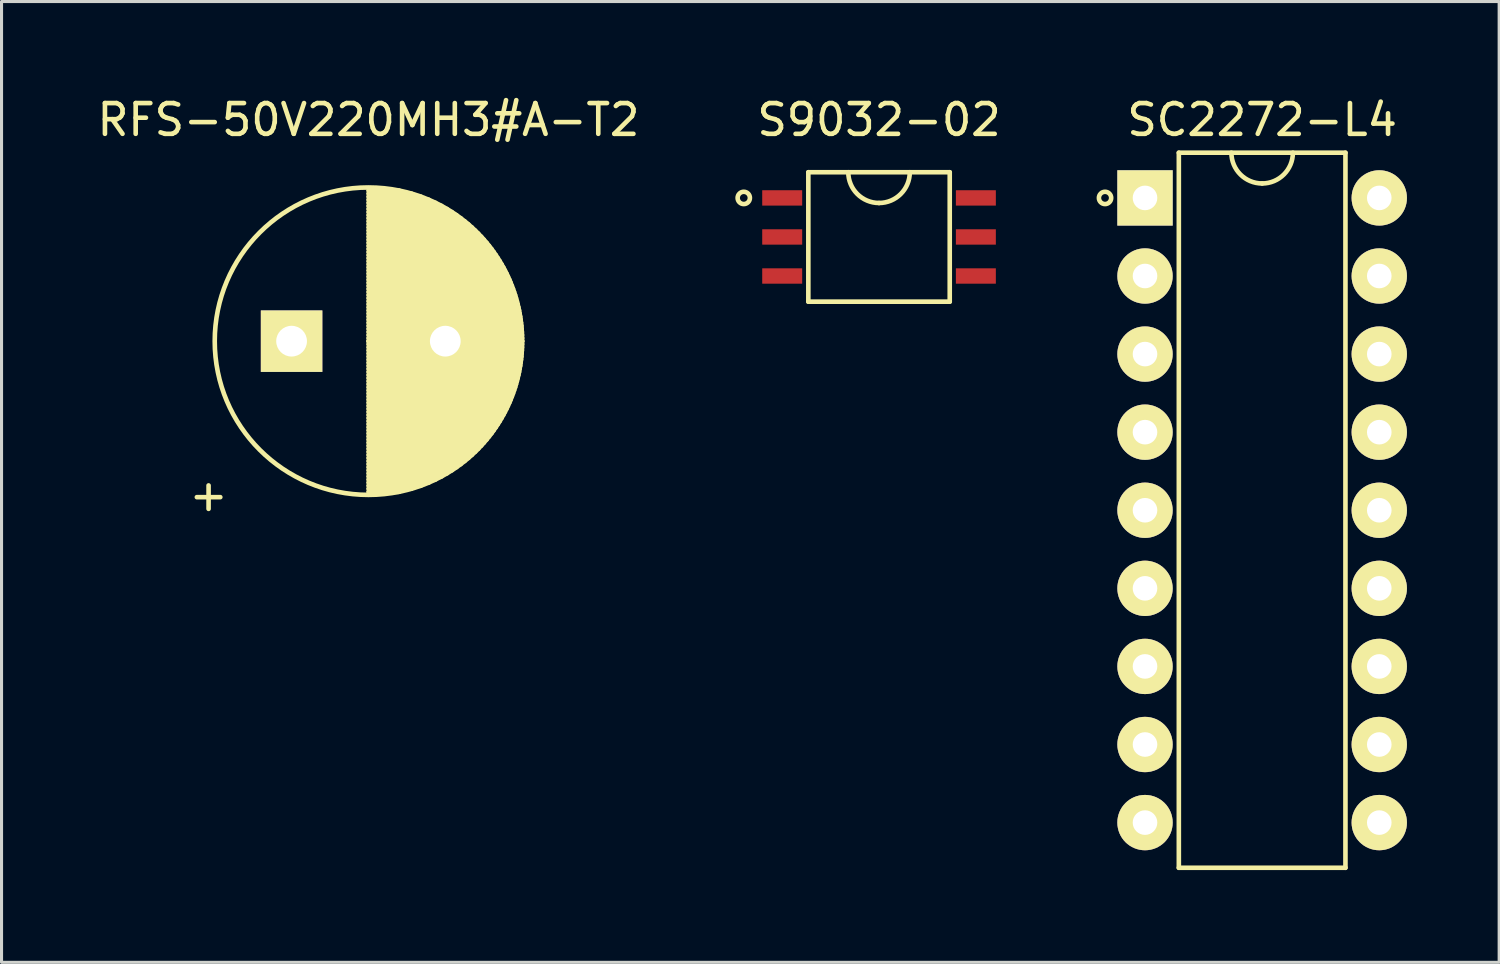
<source format=kicad_pcb>
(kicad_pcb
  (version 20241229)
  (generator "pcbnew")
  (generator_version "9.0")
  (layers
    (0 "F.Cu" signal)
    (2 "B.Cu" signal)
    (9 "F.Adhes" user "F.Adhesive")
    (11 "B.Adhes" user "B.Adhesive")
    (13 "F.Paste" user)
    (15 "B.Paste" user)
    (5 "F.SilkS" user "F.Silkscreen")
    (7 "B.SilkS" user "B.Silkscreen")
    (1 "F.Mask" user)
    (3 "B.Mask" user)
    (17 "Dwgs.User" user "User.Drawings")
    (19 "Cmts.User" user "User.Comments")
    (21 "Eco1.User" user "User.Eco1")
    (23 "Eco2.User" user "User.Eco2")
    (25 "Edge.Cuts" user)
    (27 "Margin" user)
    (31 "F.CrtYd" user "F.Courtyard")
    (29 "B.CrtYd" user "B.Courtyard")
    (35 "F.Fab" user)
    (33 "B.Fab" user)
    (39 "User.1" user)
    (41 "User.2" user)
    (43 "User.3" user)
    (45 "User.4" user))
  (footprint "S9032-02"
    (layer "F.Cu")
    (at 22.394 3.388)
    (property "Reference" "S9032-02" (at 3.15 -2.54 0) (layer "F.SilkS") (effects (font (size 1 1) (thickness 0.15))))
    (attr through_hole)
    (fp_line (start 0.85 -0.835) (end 5.45 -0.835) (stroke (width 0.15) (type solid)) (layer "F.SilkS"))
    (fp_line (start 0.85 3.375) (end 0.85 -0.835) (stroke (width 0.15) (type solid)) (layer "F.SilkS"))
    (fp_line (start 5.45 -0.835) (end 5.45 3.375) (stroke (width 0.15) (type solid)) (layer "F.SilkS"))
    (fp_line (start 5.45 3.375) (end 0.85 3.375) (stroke (width 0.15) (type solid)) (layer "F.SilkS"))
    (fp_arc (start 3.15 0.165) (mid 2.442893 -0.127893) (end 2.15 -0.835) (stroke (width 0.15) (type solid)) (layer "F.SilkS"))
    (fp_arc (start 4.15 -0.835) (mid 3.857107 -0.127893) (end 3.15 0.165) (stroke (width 0.15) (type solid)) (layer "F.SilkS"))
    (fp_circle (center -1.25 0) (end -1.25 0.2) (stroke (width 0.15) (type solid)) (fill no) (layer "F.SilkS"))
    (pad "1" smd rect (at 0 0) (size 1.3 0.5) (layers "F.Cu" "F.Mask" "F.Paste"))
    (pad "2" smd rect (at 0 1.27) (size 1.3 0.5) (layers "F.Cu" "F.Mask" "F.Paste"))
    (pad "3" smd rect (at 0 2.54) (size 1.3 0.5) (layers "F.Cu" "F.Mask" "F.Paste"))
    (pad "4" smd rect (at 6.3 2.54) (size 1.3 0.5) (layers "F.Cu" "F.Mask" "F.Paste"))
    (pad "5" smd rect (at 6.3 1.27) (size 1.3 0.5) (layers "F.Cu" "F.Mask" "F.Paste"))
    (pad "6" smd rect (at 6.3 0) (size 1.3 0.5) (layers "F.Cu" "F.Mask" "F.Paste")))
  (footprint "SC2272-L4"
    (layer "F.Cu")
    (at 34.196 3.388)
    (property "Reference" "SC2272-L4" (at 3.81 -2.54 0) (layer "F.SilkS") (effects (font (size 1 1) (thickness 0.15))))
    (attr through_hole)
    (fp_line (start 1.1 -1.47) (end 6.52 -1.47) (stroke (width 0.15) (type solid)) (layer "F.SilkS"))
    (fp_line (start 1.1 21.79) (end 1.1 -1.47) (stroke (width 0.15) (type solid)) (layer "F.SilkS"))
    (fp_line (start 6.52 -1.47) (end 6.52 21.79) (stroke (width 0.15) (type solid)) (layer "F.SilkS"))
    (fp_line (start 6.52 21.79) (end 1.1 21.79) (stroke (width 0.15) (type solid)) (layer "F.SilkS"))
    (fp_arc (start 3.81 -0.47) (mid 3.102893 -0.762893) (end 2.81 -1.47) (stroke (width 0.15) (type solid)) (layer "F.SilkS"))
    (fp_arc (start 4.81 -1.47) (mid 4.517107 -0.762893) (end 3.81 -0.47) (stroke (width 0.15) (type solid)) (layer "F.SilkS"))
    (fp_circle (center -1.3 0) (end -1.3 0.2) (stroke (width 0.15) (type solid)) (fill no) (layer "F.SilkS"))
    (pad "1" thru_hole rect (at 0 0) (size 1.8 1.8) (drill 0.8) (layers "*.Cu" "*.Mask" "F.SilkS"))
    (pad "2" thru_hole circle (at 0 2.54) (size 1.8 1.8) (drill 0.8) (layers "*.Cu" "*.Mask" "F.SilkS"))
    (pad "3" thru_hole circle (at 0 5.08) (size 1.8 1.8) (drill 0.8) (layers "*.Cu" "*.Mask" "F.SilkS"))
    (pad "4" thru_hole circle (at 0 7.62) (size 1.8 1.8) (drill 0.8) (layers "*.Cu" "*.Mask" "F.SilkS"))
    (pad "5" thru_hole circle (at 0 10.16) (size 1.8 1.8) (drill 0.8) (layers "*.Cu" "*.Mask" "F.SilkS"))
    (pad "6" thru_hole circle (at 0 12.7) (size 1.8 1.8) (drill 0.8) (layers "*.Cu" "*.Mask" "F.SilkS"))
    (pad "7" thru_hole circle (at 0 15.24) (size 1.8 1.8) (drill 0.8) (layers "*.Cu" "*.Mask" "F.SilkS"))
    (pad "8" thru_hole circle (at 0 17.78) (size 1.8 1.8) (drill 0.8) (layers "*.Cu" "*.Mask" "F.SilkS"))
    (pad "9" thru_hole circle (at 0 20.32) (size 1.8 1.8) (drill 0.8) (layers "*.Cu" "*.Mask" "F.SilkS"))
    (pad "10" thru_hole circle (at 7.62 20.32) (size 1.8 1.8) (drill 0.8) (layers "*.Cu" "*.Mask" "F.SilkS"))
    (pad "11" thru_hole circle (at 7.62 17.78) (size 1.8 1.8) (drill 0.8) (layers "*.Cu" "*.Mask" "F.SilkS"))
    (pad "12" thru_hole circle (at 7.62 15.24) (size 1.8 1.8) (drill 0.8) (layers "*.Cu" "*.Mask" "F.SilkS"))
    (pad "13" thru_hole circle (at 7.62 12.7) (size 1.8 1.8) (drill 0.8) (layers "*.Cu" "*.Mask" "F.SilkS"))
    (pad "14" thru_hole circle (at 7.62 10.16) (size 1.8 1.8) (drill 0.8) (layers "*.Cu" "*.Mask" "F.SilkS"))
    (pad "15" thru_hole circle (at 7.62 7.62) (size 1.8 1.8) (drill 0.8) (layers "*.Cu" "*.Mask" "F.SilkS"))
    (pad "16" thru_hole circle (at 7.62 5.08) (size 1.8 1.8) (drill 0.8) (layers "*.Cu" "*.Mask" "F.SilkS"))
    (pad "17" thru_hole circle (at 7.62 2.54) (size 1.8 1.8) (drill 0.8) (layers "*.Cu" "*.Mask" "F.SilkS"))
    (pad "18" thru_hole circle (at 7.62 0) (size 1.8 1.8) (drill 0.8) (layers "*.Cu" "*.Mask" "F.SilkS")))
  (footprint "RFS-50V220MH3#A-T2"
    (layer "F.Cu")
    (at 6.435 8.048)
    (property "Reference" "RFS-50V220MH3#A-T2" (at 2.5 -7.2 0) (layer "F.SilkS") (effects (font (size 1 1) (thickness 0.15))))
    (attr through_hole)
    (fp_line (start 2.5 -4.9) (end 3.495 -4.9) (stroke (width 0.15) (type solid)) (layer "F.SilkS"))
    (fp_line (start 2.5 -4.8) (end 3.9 -4.8) (stroke (width 0.15) (type solid)) (layer "F.SilkS"))
    (fp_line (start 2.5 -4.7) (end 4.206 -4.7) (stroke (width 0.15) (type solid)) (layer "F.SilkS"))
    (fp_line (start 2.5 -4.6) (end 4.46 -4.6) (stroke (width 0.15) (type solid)) (layer "F.SilkS"))
    (fp_line (start 2.5 -4.5) (end 4.679 -4.5) (stroke (width 0.15) (type solid)) (layer "F.SilkS"))
    (fp_line (start 2.5 -4.4) (end 4.875 -4.4) (stroke (width 0.15) (type solid)) (layer "F.SilkS"))
    (fp_line (start 2.5 -4.3) (end 5.051 -4.3) (stroke (width 0.15) (type solid)) (layer "F.SilkS"))
    (fp_line (start 2.5 -4.2) (end 5.213 -4.2) (stroke (width 0.15) (type solid)) (layer "F.SilkS"))
    (fp_line (start 2.5 -4.1) (end 5.362 -4.1) (stroke (width 0.15) (type solid)) (layer "F.SilkS"))
    (fp_line (start 2.5 -4) (end 5.5 -4) (stroke (width 0.15) (type solid)) (layer "F.SilkS"))
    (fp_line (start 2.5 -3.9) (end 5.629 -3.9) (stroke (width 0.15) (type solid)) (layer "F.SilkS"))
    (fp_line (start 2.5 -3.8) (end 5.75 -3.8) (stroke (width 0.15) (type solid)) (layer "F.SilkS"))
    (fp_line (start 2.5 -3.7) (end 5.863 -3.7) (stroke (width 0.15) (type solid)) (layer "F.SilkS"))
    (fp_line (start 2.5 -3.6) (end 5.97 -3.6) (stroke (width 0.15) (type solid)) (layer "F.SilkS"))
    (fp_line (start 2.5 -3.5) (end 6.071 -3.5) (stroke (width 0.15) (type solid)) (layer "F.SilkS"))
    (fp_line (start 2.5 -3.4) (end 6.166 -3.4) (stroke (width 0.15) (type solid)) (layer "F.SilkS"))
    (fp_line (start 2.5 -3.3) (end 6.256 -3.3) (stroke (width 0.15) (type solid)) (layer "F.SilkS"))
    (fp_line (start 2.5 -3.2) (end 6.342 -3.2) (stroke (width 0.15) (type solid)) (layer "F.SilkS"))
    (fp_line (start 2.5 -3.1) (end 6.423 -3.1) (stroke (width 0.15) (type solid)) (layer "F.SilkS"))
    (fp_line (start 2.5 -3) (end 6.5 -3) (stroke (width 0.15) (type solid)) (layer "F.SilkS"))
    (fp_line (start 2.5 -2.9) (end 6.573 -2.9) (stroke (width 0.15) (type solid)) (layer "F.SilkS"))
    (fp_line (start 2.5 -2.8) (end 6.642 -2.8) (stroke (width 0.15) (type solid)) (layer "F.SilkS"))
    (fp_line (start 2.5 -2.7) (end 6.708 -2.7) (stroke (width 0.15) (type solid)) (layer "F.SilkS"))
    (fp_line (start 2.5 -2.6) (end 6.771 -2.6) (stroke (width 0.15) (type solid)) (layer "F.SilkS"))
    (fp_line (start 2.5 -2.5) (end 6.83 -2.5) (stroke (width 0.15) (type solid)) (layer "F.SilkS"))
    (fp_line (start 2.5 -2.4) (end 6.886 -2.4) (stroke (width 0.15) (type solid)) (layer "F.SilkS"))
    (fp_line (start 2.5 -2.3) (end 6.94 -2.3) (stroke (width 0.15) (type solid)) (layer "F.SilkS"))
    (fp_line (start 2.5 -2.2) (end 6.99 -2.2) (stroke (width 0.15) (type solid)) (layer "F.SilkS"))
    (fp_line (start 2.5 -2.1) (end 7.038 -2.1) (stroke (width 0.15) (type solid)) (layer "F.SilkS"))
    (fp_line (start 2.5 -2) (end 7.083 -2) (stroke (width 0.15) (type solid)) (layer "F.SilkS"))
    (fp_line (start 2.5 -1.9) (end 7.125 -1.9) (stroke (width 0.15) (type solid)) (layer "F.SilkS"))
    (fp_line (start 2.5 -1.8) (end 7.165 -1.8) (stroke (width 0.15) (type solid)) (layer "F.SilkS"))
    (fp_line (start 2.5 -1.7) (end 7.202 -1.7) (stroke (width 0.15) (type solid)) (layer "F.SilkS"))
    (fp_line (start 2.5 -1.6) (end 7.237 -1.6) (stroke (width 0.15) (type solid)) (layer "F.SilkS"))
    (fp_line (start 2.5 -1.5) (end 7.27 -1.5) (stroke (width 0.15) (type solid)) (layer "F.SilkS"))
    (fp_line (start 2.5 -1.4) (end 7.3 -1.4) (stroke (width 0.15) (type solid)) (layer "F.SilkS"))
    (fp_line (start 2.5 -1.3) (end 7.328 -1.3) (stroke (width 0.15) (type solid)) (layer "F.SilkS"))
    (fp_line (start 2.5 -1.2) (end 7.354 -1.2) (stroke (width 0.15) (type solid)) (layer "F.SilkS"))
    (fp_line (start 2.5 -1.1) (end 7.377 -1.1) (stroke (width 0.15) (type solid)) (layer "F.SilkS"))
    (fp_line (start 2.5 -1) (end 7.399 -1) (stroke (width 0.15) (type solid)) (layer "F.SilkS"))
    (fp_line (start 2.5 -0.9) (end 7.418 -0.9) (stroke (width 0.15) (type solid)) (layer "F.SilkS"))
    (fp_line (start 2.5 -0.8) (end 7.436 -0.8) (stroke (width 0.15) (type solid)) (layer "F.SilkS"))
    (fp_line (start 2.5 -0.7) (end 7.451 -0.7) (stroke (width 0.15) (type solid)) (layer "F.SilkS"))
    (fp_line (start 2.5 -0.6) (end 7.464 -0.6) (stroke (width 0.15) (type solid)) (layer "F.SilkS"))
    (fp_line (start 2.5 -0.5) (end 7.475 -0.5) (stroke (width 0.15) (type solid)) (layer "F.SilkS"))
    (fp_line (start 2.5 -0.4) (end 7.484 -0.4) (stroke (width 0.15) (type solid)) (layer "F.SilkS"))
    (fp_line (start 2.5 -0.3) (end 7.491 -0.3) (stroke (width 0.15) (type solid)) (layer "F.SilkS"))
    (fp_line (start 2.5 -0.2) (end 7.496 -0.2) (stroke (width 0.15) (type solid)) (layer "F.SilkS"))
    (fp_line (start 2.5 -0.1) (end 7.499 -0.1) (stroke (width 0.15) (type solid)) (layer "F.SilkS"))
    (fp_line (start 2.5 0) (end 7.5 0) (stroke (width 0.15) (type solid)) (layer "F.SilkS"))
    (fp_line (start 2.5 0) (end 7.5 0) (stroke (width 0.15) (type solid)) (layer "F.SilkS"))
    (fp_line (start 2.5 0.1) (end 7.499 0.1) (stroke (width 0.15) (type solid)) (layer "F.SilkS"))
    (fp_line (start 2.5 0.2) (end 7.496 0.2) (stroke (width 0.15) (type solid)) (layer "F.SilkS"))
    (fp_line (start 2.5 0.3) (end 7.491 0.3) (stroke (width 0.15) (type solid)) (layer "F.SilkS"))
    (fp_line (start 2.5 0.4) (end 7.484 0.4) (stroke (width 0.15) (type solid)) (layer "F.SilkS"))
    (fp_line (start 2.5 0.5) (end 7.475 0.5) (stroke (width 0.15) (type solid)) (layer "F.SilkS"))
    (fp_line (start 2.5 0.6) (end 7.464 0.6) (stroke (width 0.15) (type solid)) (layer "F.SilkS"))
    (fp_line (start 2.5 0.7) (end 7.451 0.7) (stroke (width 0.15) (type solid)) (layer "F.SilkS"))
    (fp_line (start 2.5 0.8) (end 7.436 0.8) (stroke (width 0.15) (type solid)) (layer "F.SilkS"))
    (fp_line (start 2.5 0.9) (end 7.418 0.9) (stroke (width 0.15) (type solid)) (layer "F.SilkS"))
    (fp_line (start 2.5 1) (end 7.399 1) (stroke (width 0.15) (type solid)) (layer "F.SilkS"))
    (fp_line (start 2.5 1.1) (end 7.377 1.1) (stroke (width 0.15) (type solid)) (layer "F.SilkS"))
    (fp_line (start 2.5 1.2) (end 7.354 1.2) (stroke (width 0.15) (type solid)) (layer "F.SilkS"))
    (fp_line (start 2.5 1.3) (end 7.328 1.3) (stroke (width 0.15) (type solid)) (layer "F.SilkS"))
    (fp_line (start 2.5 1.4) (end 7.3 1.4) (stroke (width 0.15) (type solid)) (layer "F.SilkS"))
    (fp_line (start 2.5 1.5) (end 7.27 1.5) (stroke (width 0.15) (type solid)) (layer "F.SilkS"))
    (fp_line (start 2.5 1.6) (end 7.237 1.6) (stroke (width 0.15) (type solid)) (layer "F.SilkS"))
    (fp_line (start 2.5 1.7) (end 7.202 1.7) (stroke (width 0.15) (type solid)) (layer "F.SilkS"))
    (fp_line (start 2.5 1.8) (end 7.165 1.8) (stroke (width 0.15) (type solid)) (layer "F.SilkS"))
    (fp_line (start 2.5 1.9) (end 7.125 1.9) (stroke (width 0.15) (type solid)) (layer "F.SilkS"))
    (fp_line (start 2.5 2) (end 7.083 2) (stroke (width 0.15) (type solid)) (layer "F.SilkS"))
    (fp_line (start 2.5 2.1) (end 7.038 2.1) (stroke (width 0.15) (type solid)) (layer "F.SilkS"))
    (fp_line (start 2.5 2.2) (end 6.99 2.2) (stroke (width 0.15) (type solid)) (layer "F.SilkS"))
    (fp_line (start 2.5 2.3) (end 6.94 2.3) (stroke (width 0.15) (type solid)) (layer "F.SilkS"))
    (fp_line (start 2.5 2.4) (end 6.886 2.4) (stroke (width 0.15) (type solid)) (layer "F.SilkS"))
    (fp_line (start 2.5 2.5) (end 6.83 2.5) (stroke (width 0.15) (type solid)) (layer "F.SilkS"))
    (fp_line (start 2.5 2.6) (end 6.771 2.6) (stroke (width 0.15) (type solid)) (layer "F.SilkS"))
    (fp_line (start 2.5 2.7) (end 6.708 2.7) (stroke (width 0.15) (type solid)) (layer "F.SilkS"))
    (fp_line (start 2.5 2.8) (end 6.642 2.8) (stroke (width 0.15) (type solid)) (layer "F.SilkS"))
    (fp_line (start 2.5 2.9) (end 6.573 2.9) (stroke (width 0.15) (type solid)) (layer "F.SilkS"))
    (fp_line (start 2.5 3) (end 6.5 3) (stroke (width 0.15) (type solid)) (layer "F.SilkS"))
    (fp_line (start 2.5 3.1) (end 6.423 3.1) (stroke (width 0.15) (type solid)) (layer "F.SilkS"))
    (fp_line (start 2.5 3.2) (end 6.342 3.2) (stroke (width 0.15) (type solid)) (layer "F.SilkS"))
    (fp_line (start 2.5 3.3) (end 6.256 3.3) (stroke (width 0.15) (type solid)) (layer "F.SilkS"))
    (fp_line (start 2.5 3.4) (end 6.166 3.4) (stroke (width 0.15) (type solid)) (layer "F.SilkS"))
    (fp_line (start 2.5 3.5) (end 6.071 3.5) (stroke (width 0.15) (type solid)) (layer "F.SilkS"))
    (fp_line (start 2.5 3.6) (end 5.97 3.6) (stroke (width 0.15) (type solid)) (layer "F.SilkS"))
    (fp_line (start 2.5 3.7) (end 5.863 3.7) (stroke (width 0.15) (type solid)) (layer "F.SilkS"))
    (fp_line (start 2.5 3.8) (end 5.75 3.8) (stroke (width 0.15) (type solid)) (layer "F.SilkS"))
    (fp_line (start 2.5 3.9) (end 5.629 3.9) (stroke (width 0.15) (type solid)) (layer "F.SilkS"))
    (fp_line (start 2.5 4) (end 5.5 4) (stroke (width 0.15) (type solid)) (layer "F.SilkS"))
    (fp_line (start 2.5 4.1) (end 5.362 4.1) (stroke (width 0.15) (type solid)) (layer "F.SilkS"))
    (fp_line (start 2.5 4.2) (end 5.213 4.2) (stroke (width 0.15) (type solid)) (layer "F.SilkS"))
    (fp_line (start 2.5 4.3) (end 5.051 4.3) (stroke (width 0.15) (type solid)) (layer "F.SilkS"))
    (fp_line (start 2.5 4.4) (end 4.875 4.4) (stroke (width 0.15) (type solid)) (layer "F.SilkS"))
    (fp_line (start 2.5 4.5) (end 4.679 4.5) (stroke (width 0.15) (type solid)) (layer "F.SilkS"))
    (fp_line (start 2.5 4.6) (end 4.46 4.6) (stroke (width 0.15) (type solid)) (layer "F.SilkS"))
    (fp_line (start 2.5 4.7) (end 4.206 4.7) (stroke (width 0.15) (type solid)) (layer "F.SilkS"))
    (fp_line (start 2.5 4.8) (end 3.9 4.8) (stroke (width 0.15) (type solid)) (layer "F.SilkS"))
    (fp_line (start 2.5 4.9) (end 3.495 4.9) (stroke (width 0.15) (type solid)) (layer "F.SilkS"))
    (fp_circle (center 2.5 0) (end 2.5 -5) (stroke (width 0.15) (type solid)) (fill no) (layer "F.SilkS"))
    (fp_text user "+" (at -2.7 5 0) (layer "F.SilkS") (effects (font (size 1 1) (thickness 0.15))))
    (pad "1" thru_hole rect (at 0 0) (size 2 2) (drill 1) (layers "*.Cu" "*.Mask" "F.SilkS"))
    (pad "2" thru_hole circle (at 5 0) (size 2 2) (drill 1) (layers "*.Cu" "*.Mask" "F.SilkS")))
  (gr_rect
    (start -3 -3)
    (end 45.716 28.253)
    (stroke (width 0.1) (type default))
    (fill no)
    (layer "Edge.Cuts")))
</source>
